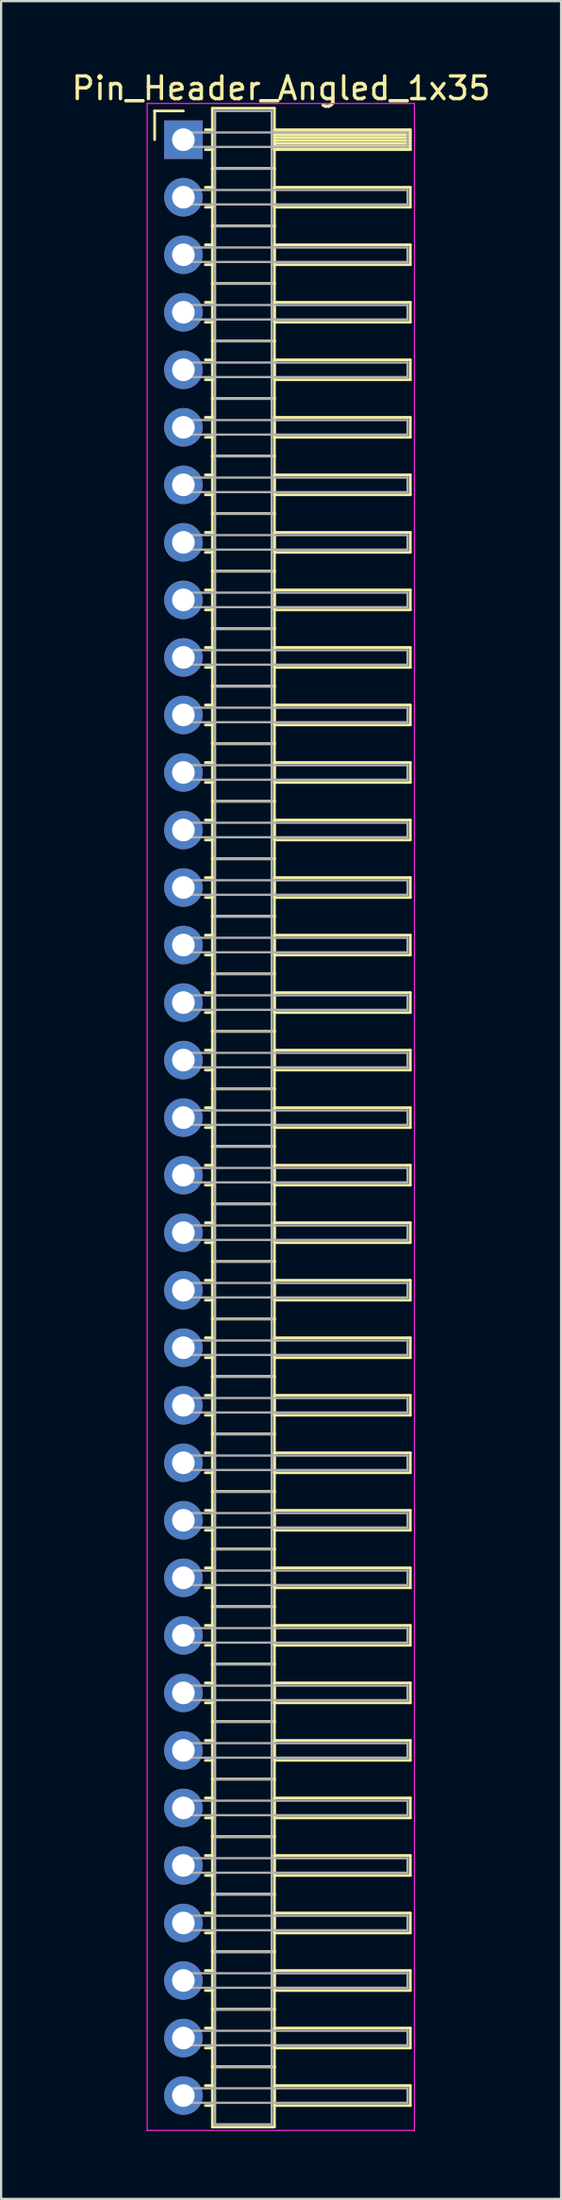
<source format=kicad_pcb>
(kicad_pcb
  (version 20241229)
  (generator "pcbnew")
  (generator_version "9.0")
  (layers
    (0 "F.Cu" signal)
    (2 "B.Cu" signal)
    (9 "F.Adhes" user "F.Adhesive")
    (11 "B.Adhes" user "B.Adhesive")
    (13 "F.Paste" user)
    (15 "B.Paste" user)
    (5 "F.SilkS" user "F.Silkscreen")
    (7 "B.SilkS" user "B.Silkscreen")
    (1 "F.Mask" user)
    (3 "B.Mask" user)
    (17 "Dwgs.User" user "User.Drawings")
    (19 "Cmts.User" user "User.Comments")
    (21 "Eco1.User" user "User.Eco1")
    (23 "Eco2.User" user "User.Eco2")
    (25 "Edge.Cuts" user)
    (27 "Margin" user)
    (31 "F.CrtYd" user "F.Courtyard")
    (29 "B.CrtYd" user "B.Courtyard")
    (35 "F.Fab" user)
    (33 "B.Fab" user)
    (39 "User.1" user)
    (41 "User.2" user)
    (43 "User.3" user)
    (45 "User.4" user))
  (footprint "Pin_Header_Angled_1x35"
    (layer "F.Cu")
    (at 5.048 3.118)
    (property "Reference" "Pin_Header_Angled_1x35" (at 4.315 -2.27 0) (layer "F.SilkS") (effects (font (size 1 1) (thickness 0.15))))
    (attr through_hole)
    (fp_line (start -1.27 -1.27) (end 0 -1.27) (stroke (width 0.12) (type solid)) (layer "F.SilkS"))
    (fp_line (start -1.27 0) (end -1.27 -1.27) (stroke (width 0.12) (type solid)) (layer "F.SilkS"))
    (fp_line (start 0.97 -0.44) (end 1.28 -0.44) (stroke (width 0.12) (type solid)) (layer "F.SilkS"))
    (fp_line (start 0.97 0.44) (end 1.28 0.44) (stroke (width 0.12) (type solid)) (layer "F.SilkS"))
    (fp_line (start 0.97 2.1) (end 1.28 2.1) (stroke (width 0.12) (type solid)) (layer "F.SilkS"))
    (fp_line (start 0.97 2.98) (end 1.28 2.98) (stroke (width 0.12) (type solid)) (layer "F.SilkS"))
    (fp_line (start 0.97 4.64) (end 1.28 4.64) (stroke (width 0.12) (type solid)) (layer "F.SilkS"))
    (fp_line (start 0.97 5.52) (end 1.28 5.52) (stroke (width 0.12) (type solid)) (layer "F.SilkS"))
    (fp_line (start 0.97 7.18) (end 1.28 7.18) (stroke (width 0.12) (type solid)) (layer "F.SilkS"))
    (fp_line (start 0.97 8.06) (end 1.28 8.06) (stroke (width 0.12) (type solid)) (layer "F.SilkS"))
    (fp_line (start 0.97 9.72) (end 1.28 9.72) (stroke (width 0.12) (type solid)) (layer "F.SilkS"))
    (fp_line (start 0.97 10.6) (end 1.28 10.6) (stroke (width 0.12) (type solid)) (layer "F.SilkS"))
    (fp_line (start 0.97 12.26) (end 1.28 12.26) (stroke (width 0.12) (type solid)) (layer "F.SilkS"))
    (fp_line (start 0.97 13.14) (end 1.28 13.14) (stroke (width 0.12) (type solid)) (layer "F.SilkS"))
    (fp_line (start 0.97 14.8) (end 1.28 14.8) (stroke (width 0.12) (type solid)) (layer "F.SilkS"))
    (fp_line (start 0.97 15.68) (end 1.28 15.68) (stroke (width 0.12) (type solid)) (layer "F.SilkS"))
    (fp_line (start 0.97 17.34) (end 1.28 17.34) (stroke (width 0.12) (type solid)) (layer "F.SilkS"))
    (fp_line (start 0.97 18.22) (end 1.28 18.22) (stroke (width 0.12) (type solid)) (layer "F.SilkS"))
    (fp_line (start 0.97 19.88) (end 1.28 19.88) (stroke (width 0.12) (type solid)) (layer "F.SilkS"))
    (fp_line (start 0.97 20.76) (end 1.28 20.76) (stroke (width 0.12) (type solid)) (layer "F.SilkS"))
    (fp_line (start 0.97 22.42) (end 1.28 22.42) (stroke (width 0.12) (type solid)) (layer "F.SilkS"))
    (fp_line (start 0.97 23.3) (end 1.28 23.3) (stroke (width 0.12) (type solid)) (layer "F.SilkS"))
    (fp_line (start 0.97 24.96) (end 1.28 24.96) (stroke (width 0.12) (type solid)) (layer "F.SilkS"))
    (fp_line (start 0.97 25.84) (end 1.28 25.84) (stroke (width 0.12) (type solid)) (layer "F.SilkS"))
    (fp_line (start 0.97 27.5) (end 1.28 27.5) (stroke (width 0.12) (type solid)) (layer "F.SilkS"))
    (fp_line (start 0.97 28.38) (end 1.28 28.38) (stroke (width 0.12) (type solid)) (layer "F.SilkS"))
    (fp_line (start 0.97 30.04) (end 1.28 30.04) (stroke (width 0.12) (type solid)) (layer "F.SilkS"))
    (fp_line (start 0.97 30.92) (end 1.28 30.92) (stroke (width 0.12) (type solid)) (layer "F.SilkS"))
    (fp_line (start 0.97 32.58) (end 1.28 32.58) (stroke (width 0.12) (type solid)) (layer "F.SilkS"))
    (fp_line (start 0.97 33.46) (end 1.28 33.46) (stroke (width 0.12) (type solid)) (layer "F.SilkS"))
    (fp_line (start 0.97 35.12) (end 1.28 35.12) (stroke (width 0.12) (type solid)) (layer "F.SilkS"))
    (fp_line (start 0.97 36) (end 1.28 36) (stroke (width 0.12) (type solid)) (layer "F.SilkS"))
    (fp_line (start 0.97 37.66) (end 1.28 37.66) (stroke (width 0.12) (type solid)) (layer "F.SilkS"))
    (fp_line (start 0.97 38.54) (end 1.28 38.54) (stroke (width 0.12) (type solid)) (layer "F.SilkS"))
    (fp_line (start 0.97 40.2) (end 1.28 40.2) (stroke (width 0.12) (type solid)) (layer "F.SilkS"))
    (fp_line (start 0.97 41.08) (end 1.28 41.08) (stroke (width 0.12) (type solid)) (layer "F.SilkS"))
    (fp_line (start 0.97 42.74) (end 1.28 42.74) (stroke (width 0.12) (type solid)) (layer "F.SilkS"))
    (fp_line (start 0.97 43.62) (end 1.28 43.62) (stroke (width 0.12) (type solid)) (layer "F.SilkS"))
    (fp_line (start 0.97 45.28) (end 1.28 45.28) (stroke (width 0.12) (type solid)) (layer "F.SilkS"))
    (fp_line (start 0.97 46.16) (end 1.28 46.16) (stroke (width 0.12) (type solid)) (layer "F.SilkS"))
    (fp_line (start 0.97 47.82) (end 1.28 47.82) (stroke (width 0.12) (type solid)) (layer "F.SilkS"))
    (fp_line (start 0.97 48.7) (end 1.28 48.7) (stroke (width 0.12) (type solid)) (layer "F.SilkS"))
    (fp_line (start 0.97 50.36) (end 1.28 50.36) (stroke (width 0.12) (type solid)) (layer "F.SilkS"))
    (fp_line (start 0.97 51.24) (end 1.28 51.24) (stroke (width 0.12) (type solid)) (layer "F.SilkS"))
    (fp_line (start 0.97 52.9) (end 1.28 52.9) (stroke (width 0.12) (type solid)) (layer "F.SilkS"))
    (fp_line (start 0.97 53.78) (end 1.28 53.78) (stroke (width 0.12) (type solid)) (layer "F.SilkS"))
    (fp_line (start 0.97 55.44) (end 1.28 55.44) (stroke (width 0.12) (type solid)) (layer "F.SilkS"))
    (fp_line (start 0.97 56.32) (end 1.28 56.32) (stroke (width 0.12) (type solid)) (layer "F.SilkS"))
    (fp_line (start 0.97 57.98) (end 1.28 57.98) (stroke (width 0.12) (type solid)) (layer "F.SilkS"))
    (fp_line (start 0.97 58.86) (end 1.28 58.86) (stroke (width 0.12) (type solid)) (layer "F.SilkS"))
    (fp_line (start 0.97 60.52) (end 1.28 60.52) (stroke (width 0.12) (type solid)) (layer "F.SilkS"))
    (fp_line (start 0.97 61.4) (end 1.28 61.4) (stroke (width 0.12) (type solid)) (layer "F.SilkS"))
    (fp_line (start 0.97 63.06) (end 1.28 63.06) (stroke (width 0.12) (type solid)) (layer "F.SilkS"))
    (fp_line (start 0.97 63.94) (end 1.28 63.94) (stroke (width 0.12) (type solid)) (layer "F.SilkS"))
    (fp_line (start 0.97 65.6) (end 1.28 65.6) (stroke (width 0.12) (type solid)) (layer "F.SilkS"))
    (fp_line (start 0.97 66.48) (end 1.28 66.48) (stroke (width 0.12) (type solid)) (layer "F.SilkS"))
    (fp_line (start 0.97 68.14) (end 1.28 68.14) (stroke (width 0.12) (type solid)) (layer "F.SilkS"))
    (fp_line (start 0.97 69.02) (end 1.28 69.02) (stroke (width 0.12) (type solid)) (layer "F.SilkS"))
    (fp_line (start 0.97 70.68) (end 1.28 70.68) (stroke (width 0.12) (type solid)) (layer "F.SilkS"))
    (fp_line (start 0.97 71.56) (end 1.28 71.56) (stroke (width 0.12) (type solid)) (layer "F.SilkS"))
    (fp_line (start 0.97 73.22) (end 1.28 73.22) (stroke (width 0.12) (type solid)) (layer "F.SilkS"))
    (fp_line (start 0.97 74.1) (end 1.28 74.1) (stroke (width 0.12) (type solid)) (layer "F.SilkS"))
    (fp_line (start 0.97 75.76) (end 1.28 75.76) (stroke (width 0.12) (type solid)) (layer "F.SilkS"))
    (fp_line (start 0.97 76.64) (end 1.28 76.64) (stroke (width 0.12) (type solid)) (layer "F.SilkS"))
    (fp_line (start 0.97 78.3) (end 1.28 78.3) (stroke (width 0.12) (type solid)) (layer "F.SilkS"))
    (fp_line (start 0.97 79.18) (end 1.28 79.18) (stroke (width 0.12) (type solid)) (layer "F.SilkS"))
    (fp_line (start 0.97 80.84) (end 1.28 80.84) (stroke (width 0.12) (type solid)) (layer "F.SilkS"))
    (fp_line (start 0.97 81.72) (end 1.28 81.72) (stroke (width 0.12) (type solid)) (layer "F.SilkS"))
    (fp_line (start 0.97 83.38) (end 1.28 83.38) (stroke (width 0.12) (type solid)) (layer "F.SilkS"))
    (fp_line (start 0.97 84.26) (end 1.28 84.26) (stroke (width 0.12) (type solid)) (layer "F.SilkS"))
    (fp_line (start 0.97 85.92) (end 1.28 85.92) (stroke (width 0.12) (type solid)) (layer "F.SilkS"))
    (fp_line (start 0.97 86.8) (end 1.28 86.8) (stroke (width 0.12) (type solid)) (layer "F.SilkS"))
    (fp_line (start 1.28 -1.39) (end 1.28 1.27) (stroke (width 0.12) (type solid)) (layer "F.SilkS"))
    (fp_line (start 1.28 1.27) (end 1.28 3.81) (stroke (width 0.12) (type solid)) (layer "F.SilkS"))
    (fp_line (start 1.28 1.27) (end 4.02 1.27) (stroke (width 0.12) (type solid)) (layer "F.SilkS"))
    (fp_line (start 1.28 3.81) (end 1.28 6.35) (stroke (width 0.12) (type solid)) (layer "F.SilkS"))
    (fp_line (start 1.28 3.81) (end 4.02 3.81) (stroke (width 0.12) (type solid)) (layer "F.SilkS"))
    (fp_line (start 1.28 6.35) (end 1.28 8.89) (stroke (width 0.12) (type solid)) (layer "F.SilkS"))
    (fp_line (start 1.28 6.35) (end 4.02 6.35) (stroke (width 0.12) (type solid)) (layer "F.SilkS"))
    (fp_line (start 1.28 8.89) (end 1.28 11.43) (stroke (width 0.12) (type solid)) (layer "F.SilkS"))
    (fp_line (start 1.28 8.89) (end 4.02 8.89) (stroke (width 0.12) (type solid)) (layer "F.SilkS"))
    (fp_line (start 1.28 11.43) (end 1.28 13.97) (stroke (width 0.12) (type solid)) (layer "F.SilkS"))
    (fp_line (start 1.28 11.43) (end 4.02 11.43) (stroke (width 0.12) (type solid)) (layer "F.SilkS"))
    (fp_line (start 1.28 13.97) (end 1.28 16.51) (stroke (width 0.12) (type solid)) (layer "F.SilkS"))
    (fp_line (start 1.28 13.97) (end 4.02 13.97) (stroke (width 0.12) (type solid)) (layer "F.SilkS"))
    (fp_line (start 1.28 16.51) (end 1.28 19.05) (stroke (width 0.12) (type solid)) (layer "F.SilkS"))
    (fp_line (start 1.28 16.51) (end 4.02 16.51) (stroke (width 0.12) (type solid)) (layer "F.SilkS"))
    (fp_line (start 1.28 19.05) (end 1.28 21.59) (stroke (width 0.12) (type solid)) (layer "F.SilkS"))
    (fp_line (start 1.28 19.05) (end 4.02 19.05) (stroke (width 0.12) (type solid)) (layer "F.SilkS"))
    (fp_line (start 1.28 21.59) (end 1.28 24.13) (stroke (width 0.12) (type solid)) (layer "F.SilkS"))
    (fp_line (start 1.28 21.59) (end 4.02 21.59) (stroke (width 0.12) (type solid)) (layer "F.SilkS"))
    (fp_line (start 1.28 24.13) (end 1.28 26.67) (stroke (width 0.12) (type solid)) (layer "F.SilkS"))
    (fp_line (start 1.28 24.13) (end 4.02 24.13) (stroke (width 0.12) (type solid)) (layer "F.SilkS"))
    (fp_line (start 1.28 26.67) (end 1.28 29.21) (stroke (width 0.12) (type solid)) (layer "F.SilkS"))
    (fp_line (start 1.28 26.67) (end 4.02 26.67) (stroke (width 0.12) (type solid)) (layer "F.SilkS"))
    (fp_line (start 1.28 29.21) (end 1.28 31.75) (stroke (width 0.12) (type solid)) (layer "F.SilkS"))
    (fp_line (start 1.28 29.21) (end 4.02 29.21) (stroke (width 0.12) (type solid)) (layer "F.SilkS"))
    (fp_line (start 1.28 31.75) (end 1.28 34.29) (stroke (width 0.12) (type solid)) (layer "F.SilkS"))
    (fp_line (start 1.28 31.75) (end 4.02 31.75) (stroke (width 0.12) (type solid)) (layer "F.SilkS"))
    (fp_line (start 1.28 34.29) (end 1.28 36.83) (stroke (width 0.12) (type solid)) (layer "F.SilkS"))
    (fp_line (start 1.28 34.29) (end 4.02 34.29) (stroke (width 0.12) (type solid)) (layer "F.SilkS"))
    (fp_line (start 1.28 36.83) (end 1.28 39.37) (stroke (width 0.12) (type solid)) (layer "F.SilkS"))
    (fp_line (start 1.28 36.83) (end 4.02 36.83) (stroke (width 0.12) (type solid)) (layer "F.SilkS"))
    (fp_line (start 1.28 39.37) (end 1.28 41.91) (stroke (width 0.12) (type solid)) (layer "F.SilkS"))
    (fp_line (start 1.28 39.37) (end 4.02 39.37) (stroke (width 0.12) (type solid)) (layer "F.SilkS"))
    (fp_line (start 1.28 41.91) (end 1.28 44.45) (stroke (width 0.12) (type solid)) (layer "F.SilkS"))
    (fp_line (start 1.28 41.91) (end 4.02 41.91) (stroke (width 0.12) (type solid)) (layer "F.SilkS"))
    (fp_line (start 1.28 44.45) (end 1.28 46.99) (stroke (width 0.12) (type solid)) (layer "F.SilkS"))
    (fp_line (start 1.28 44.45) (end 4.02 44.45) (stroke (width 0.12) (type solid)) (layer "F.SilkS"))
    (fp_line (start 1.28 46.99) (end 1.28 49.53) (stroke (width 0.12) (type solid)) (layer "F.SilkS"))
    (fp_line (start 1.28 46.99) (end 4.02 46.99) (stroke (width 0.12) (type solid)) (layer "F.SilkS"))
    (fp_line (start 1.28 49.53) (end 1.28 52.07) (stroke (width 0.12) (type solid)) (layer "F.SilkS"))
    (fp_line (start 1.28 49.53) (end 4.02 49.53) (stroke (width 0.12) (type solid)) (layer "F.SilkS"))
    (fp_line (start 1.28 52.07) (end 1.28 54.61) (stroke (width 0.12) (type solid)) (layer "F.SilkS"))
    (fp_line (start 1.28 52.07) (end 4.02 52.07) (stroke (width 0.12) (type solid)) (layer "F.SilkS"))
    (fp_line (start 1.28 54.61) (end 1.28 57.15) (stroke (width 0.12) (type solid)) (layer "F.SilkS"))
    (fp_line (start 1.28 54.61) (end 4.02 54.61) (stroke (width 0.12) (type solid)) (layer "F.SilkS"))
    (fp_line (start 1.28 57.15) (end 1.28 59.69) (stroke (width 0.12) (type solid)) (layer "F.SilkS"))
    (fp_line (start 1.28 57.15) (end 4.02 57.15) (stroke (width 0.12) (type solid)) (layer "F.SilkS"))
    (fp_line (start 1.28 59.69) (end 1.28 62.23) (stroke (width 0.12) (type solid)) (layer "F.SilkS"))
    (fp_line (start 1.28 59.69) (end 4.02 59.69) (stroke (width 0.12) (type solid)) (layer "F.SilkS"))
    (fp_line (start 1.28 62.23) (end 1.28 64.77) (stroke (width 0.12) (type solid)) (layer "F.SilkS"))
    (fp_line (start 1.28 62.23) (end 4.02 62.23) (stroke (width 0.12) (type solid)) (layer "F.SilkS"))
    (fp_line (start 1.28 64.77) (end 1.28 67.31) (stroke (width 0.12) (type solid)) (layer "F.SilkS"))
    (fp_line (start 1.28 64.77) (end 4.02 64.77) (stroke (width 0.12) (type solid)) (layer "F.SilkS"))
    (fp_line (start 1.28 67.31) (end 1.28 69.85) (stroke (width 0.12) (type solid)) (layer "F.SilkS"))
    (fp_line (start 1.28 67.31) (end 4.02 67.31) (stroke (width 0.12) (type solid)) (layer "F.SilkS"))
    (fp_line (start 1.28 69.85) (end 1.28 72.39) (stroke (width 0.12) (type solid)) (layer "F.SilkS"))
    (fp_line (start 1.28 69.85) (end 4.02 69.85) (stroke (width 0.12) (type solid)) (layer "F.SilkS"))
    (fp_line (start 1.28 72.39) (end 1.28 74.93) (stroke (width 0.12) (type solid)) (layer "F.SilkS"))
    (fp_line (start 1.28 72.39) (end 4.02 72.39) (stroke (width 0.12) (type solid)) (layer "F.SilkS"))
    (fp_line (start 1.28 74.93) (end 1.28 77.47) (stroke (width 0.12) (type solid)) (layer "F.SilkS"))
    (fp_line (start 1.28 74.93) (end 4.02 74.93) (stroke (width 0.12) (type solid)) (layer "F.SilkS"))
    (fp_line (start 1.28 77.47) (end 1.28 80.01) (stroke (width 0.12) (type solid)) (layer "F.SilkS"))
    (fp_line (start 1.28 77.47) (end 4.02 77.47) (stroke (width 0.12) (type solid)) (layer "F.SilkS"))
    (fp_line (start 1.28 80.01) (end 1.28 82.55) (stroke (width 0.12) (type solid)) (layer "F.SilkS"))
    (fp_line (start 1.28 80.01) (end 4.02 80.01) (stroke (width 0.12) (type solid)) (layer "F.SilkS"))
    (fp_line (start 1.28 82.55) (end 1.28 85.09) (stroke (width 0.12) (type solid)) (layer "F.SilkS"))
    (fp_line (start 1.28 82.55) (end 4.02 82.55) (stroke (width 0.12) (type solid)) (layer "F.SilkS"))
    (fp_line (start 1.28 85.09) (end 1.28 87.75) (stroke (width 0.12) (type solid)) (layer "F.SilkS"))
    (fp_line (start 1.28 85.09) (end 4.02 85.09) (stroke (width 0.12) (type solid)) (layer "F.SilkS"))
    (fp_line (start 1.28 87.75) (end 4.02 87.75) (stroke (width 0.12) (type solid)) (layer "F.SilkS"))
    (fp_line (start 4.02 -1.39) (end 1.28 -1.39) (stroke (width 0.12) (type solid)) (layer "F.SilkS"))
    (fp_line (start 4.02 -0.44) (end 4.02 0.44) (stroke (width 0.12) (type solid)) (layer "F.SilkS"))
    (fp_line (start 4.02 -0.32) (end 10.02 -0.32) (stroke (width 0.12) (type solid)) (layer "F.SilkS"))
    (fp_line (start 4.02 -0.2) (end 10.02 -0.2) (stroke (width 0.12) (type solid)) (layer "F.SilkS"))
    (fp_line (start 4.02 -0.08) (end 10.02 -0.08) (stroke (width 0.12) (type solid)) (layer "F.SilkS"))
    (fp_line (start 4.02 0.04) (end 10.02 0.04) (stroke (width 0.12) (type solid)) (layer "F.SilkS"))
    (fp_line (start 4.02 0.16) (end 10.02 0.16) (stroke (width 0.12) (type solid)) (layer "F.SilkS"))
    (fp_line (start 4.02 0.28) (end 10.02 0.28) (stroke (width 0.12) (type solid)) (layer "F.SilkS"))
    (fp_line (start 4.02 0.4) (end 10.02 0.4) (stroke (width 0.12) (type solid)) (layer "F.SilkS"))
    (fp_line (start 4.02 0.44) (end 10.02 0.44) (stroke (width 0.12) (type solid)) (layer "F.SilkS"))
    (fp_line (start 4.02 1.27) (end 1.28 1.27) (stroke (width 0.12) (type solid)) (layer "F.SilkS"))
    (fp_line (start 4.02 1.27) (end 4.02 -1.39) (stroke (width 0.12) (type solid)) (layer "F.SilkS"))
    (fp_line (start 4.02 2.1) (end 4.02 2.98) (stroke (width 0.12) (type solid)) (layer "F.SilkS"))
    (fp_line (start 4.02 2.98) (end 10.02 2.98) (stroke (width 0.12) (type solid)) (layer "F.SilkS"))
    (fp_line (start 4.02 3.81) (end 1.28 3.81) (stroke (width 0.12) (type solid)) (layer "F.SilkS"))
    (fp_line (start 4.02 3.81) (end 4.02 1.27) (stroke (width 0.12) (type solid)) (layer "F.SilkS"))
    (fp_line (start 4.02 4.64) (end 4.02 5.52) (stroke (width 0.12) (type solid)) (layer "F.SilkS"))
    (fp_line (start 4.02 5.52) (end 10.02 5.52) (stroke (width 0.12) (type solid)) (layer "F.SilkS"))
    (fp_line (start 4.02 6.35) (end 1.28 6.35) (stroke (width 0.12) (type solid)) (layer "F.SilkS"))
    (fp_line (start 4.02 6.35) (end 4.02 3.81) (stroke (width 0.12) (type solid)) (layer "F.SilkS"))
    (fp_line (start 4.02 7.18) (end 4.02 8.06) (stroke (width 0.12) (type solid)) (layer "F.SilkS"))
    (fp_line (start 4.02 8.06) (end 10.02 8.06) (stroke (width 0.12) (type solid)) (layer "F.SilkS"))
    (fp_line (start 4.02 8.89) (end 1.28 8.89) (stroke (width 0.12) (type solid)) (layer "F.SilkS"))
    (fp_line (start 4.02 8.89) (end 4.02 6.35) (stroke (width 0.12) (type solid)) (layer "F.SilkS"))
    (fp_line (start 4.02 9.72) (end 4.02 10.6) (stroke (width 0.12) (type solid)) (layer "F.SilkS"))
    (fp_line (start 4.02 10.6) (end 10.02 10.6) (stroke (width 0.12) (type solid)) (layer "F.SilkS"))
    (fp_line (start 4.02 11.43) (end 1.28 11.43) (stroke (width 0.12) (type solid)) (layer "F.SilkS"))
    (fp_line (start 4.02 11.43) (end 4.02 8.89) (stroke (width 0.12) (type solid)) (layer "F.SilkS"))
    (fp_line (start 4.02 12.26) (end 4.02 13.14) (stroke (width 0.12) (type solid)) (layer "F.SilkS"))
    (fp_line (start 4.02 13.14) (end 10.02 13.14) (stroke (width 0.12) (type solid)) (layer "F.SilkS"))
    (fp_line (start 4.02 13.97) (end 1.28 13.97) (stroke (width 0.12) (type solid)) (layer "F.SilkS"))
    (fp_line (start 4.02 13.97) (end 4.02 11.43) (stroke (width 0.12) (type solid)) (layer "F.SilkS"))
    (fp_line (start 4.02 14.8) (end 4.02 15.68) (stroke (width 0.12) (type solid)) (layer "F.SilkS"))
    (fp_line (start 4.02 15.68) (end 10.02 15.68) (stroke (width 0.12) (type solid)) (layer "F.SilkS"))
    (fp_line (start 4.02 16.51) (end 1.28 16.51) (stroke (width 0.12) (type solid)) (layer "F.SilkS"))
    (fp_line (start 4.02 16.51) (end 4.02 13.97) (stroke (width 0.12) (type solid)) (layer "F.SilkS"))
    (fp_line (start 4.02 17.34) (end 4.02 18.22) (stroke (width 0.12) (type solid)) (layer "F.SilkS"))
    (fp_line (start 4.02 18.22) (end 10.02 18.22) (stroke (width 0.12) (type solid)) (layer "F.SilkS"))
    (fp_line (start 4.02 19.05) (end 1.28 19.05) (stroke (width 0.12) (type solid)) (layer "F.SilkS"))
    (fp_line (start 4.02 19.05) (end 4.02 16.51) (stroke (width 0.12) (type solid)) (layer "F.SilkS"))
    (fp_line (start 4.02 19.88) (end 4.02 20.76) (stroke (width 0.12) (type solid)) (layer "F.SilkS"))
    (fp_line (start 4.02 20.76) (end 10.02 20.76) (stroke (width 0.12) (type solid)) (layer "F.SilkS"))
    (fp_line (start 4.02 21.59) (end 1.28 21.59) (stroke (width 0.12) (type solid)) (layer "F.SilkS"))
    (fp_line (start 4.02 21.59) (end 4.02 19.05) (stroke (width 0.12) (type solid)) (layer "F.SilkS"))
    (fp_line (start 4.02 22.42) (end 4.02 23.3) (stroke (width 0.12) (type solid)) (layer "F.SilkS"))
    (fp_line (start 4.02 23.3) (end 10.02 23.3) (stroke (width 0.12) (type solid)) (layer "F.SilkS"))
    (fp_line (start 4.02 24.13) (end 1.28 24.13) (stroke (width 0.12) (type solid)) (layer "F.SilkS"))
    (fp_line (start 4.02 24.13) (end 4.02 21.59) (stroke (width 0.12) (type solid)) (layer "F.SilkS"))
    (fp_line (start 4.02 24.96) (end 4.02 25.84) (stroke (width 0.12) (type solid)) (layer "F.SilkS"))
    (fp_line (start 4.02 25.84) (end 10.02 25.84) (stroke (width 0.12) (type solid)) (layer "F.SilkS"))
    (fp_line (start 4.02 26.67) (end 1.28 26.67) (stroke (width 0.12) (type solid)) (layer "F.SilkS"))
    (fp_line (start 4.02 26.67) (end 4.02 24.13) (stroke (width 0.12) (type solid)) (layer "F.SilkS"))
    (fp_line (start 4.02 27.5) (end 4.02 28.38) (stroke (width 0.12) (type solid)) (layer "F.SilkS"))
    (fp_line (start 4.02 28.38) (end 10.02 28.38) (stroke (width 0.12) (type solid)) (layer "F.SilkS"))
    (fp_line (start 4.02 29.21) (end 1.28 29.21) (stroke (width 0.12) (type solid)) (layer "F.SilkS"))
    (fp_line (start 4.02 29.21) (end 4.02 26.67) (stroke (width 0.12) (type solid)) (layer "F.SilkS"))
    (fp_line (start 4.02 30.04) (end 4.02 30.92) (stroke (width 0.12) (type solid)) (layer "F.SilkS"))
    (fp_line (start 4.02 30.92) (end 10.02 30.92) (stroke (width 0.12) (type solid)) (layer "F.SilkS"))
    (fp_line (start 4.02 31.75) (end 1.28 31.75) (stroke (width 0.12) (type solid)) (layer "F.SilkS"))
    (fp_line (start 4.02 31.75) (end 4.02 29.21) (stroke (width 0.12) (type solid)) (layer "F.SilkS"))
    (fp_line (start 4.02 32.58) (end 4.02 33.46) (stroke (width 0.12) (type solid)) (layer "F.SilkS"))
    (fp_line (start 4.02 33.46) (end 10.02 33.46) (stroke (width 0.12) (type solid)) (layer "F.SilkS"))
    (fp_line (start 4.02 34.29) (end 1.28 34.29) (stroke (width 0.12) (type solid)) (layer "F.SilkS"))
    (fp_line (start 4.02 34.29) (end 4.02 31.75) (stroke (width 0.12) (type solid)) (layer "F.SilkS"))
    (fp_line (start 4.02 35.12) (end 4.02 36) (stroke (width 0.12) (type solid)) (layer "F.SilkS"))
    (fp_line (start 4.02 36) (end 10.02 36) (stroke (width 0.12) (type solid)) (layer "F.SilkS"))
    (fp_line (start 4.02 36.83) (end 1.28 36.83) (stroke (width 0.12) (type solid)) (layer "F.SilkS"))
    (fp_line (start 4.02 36.83) (end 4.02 34.29) (stroke (width 0.12) (type solid)) (layer "F.SilkS"))
    (fp_line (start 4.02 37.66) (end 4.02 38.54) (stroke (width 0.12) (type solid)) (layer "F.SilkS"))
    (fp_line (start 4.02 38.54) (end 10.02 38.54) (stroke (width 0.12) (type solid)) (layer "F.SilkS"))
    (fp_line (start 4.02 39.37) (end 1.28 39.37) (stroke (width 0.12) (type solid)) (layer "F.SilkS"))
    (fp_line (start 4.02 39.37) (end 4.02 36.83) (stroke (width 0.12) (type solid)) (layer "F.SilkS"))
    (fp_line (start 4.02 40.2) (end 4.02 41.08) (stroke (width 0.12) (type solid)) (layer "F.SilkS"))
    (fp_line (start 4.02 41.08) (end 10.02 41.08) (stroke (width 0.12) (type solid)) (layer "F.SilkS"))
    (fp_line (start 4.02 41.91) (end 1.28 41.91) (stroke (width 0.12) (type solid)) (layer "F.SilkS"))
    (fp_line (start 4.02 41.91) (end 4.02 39.37) (stroke (width 0.12) (type solid)) (layer "F.SilkS"))
    (fp_line (start 4.02 42.74) (end 4.02 43.62) (stroke (width 0.12) (type solid)) (layer "F.SilkS"))
    (fp_line (start 4.02 43.62) (end 10.02 43.62) (stroke (width 0.12) (type solid)) (layer "F.SilkS"))
    (fp_line (start 4.02 44.45) (end 1.28 44.45) (stroke (width 0.12) (type solid)) (layer "F.SilkS"))
    (fp_line (start 4.02 44.45) (end 4.02 41.91) (stroke (width 0.12) (type solid)) (layer "F.SilkS"))
    (fp_line (start 4.02 45.28) (end 4.02 46.16) (stroke (width 0.12) (type solid)) (layer "F.SilkS"))
    (fp_line (start 4.02 46.16) (end 10.02 46.16) (stroke (width 0.12) (type solid)) (layer "F.SilkS"))
    (fp_line (start 4.02 46.99) (end 1.28 46.99) (stroke (width 0.12) (type solid)) (layer "F.SilkS"))
    (fp_line (start 4.02 46.99) (end 4.02 44.45) (stroke (width 0.12) (type solid)) (layer "F.SilkS"))
    (fp_line (start 4.02 47.82) (end 4.02 48.7) (stroke (width 0.12) (type solid)) (layer "F.SilkS"))
    (fp_line (start 4.02 48.7) (end 10.02 48.7) (stroke (width 0.12) (type solid)) (layer "F.SilkS"))
    (fp_line (start 4.02 49.53) (end 1.28 49.53) (stroke (width 0.12) (type solid)) (layer "F.SilkS"))
    (fp_line (start 4.02 49.53) (end 4.02 46.99) (stroke (width 0.12) (type solid)) (layer "F.SilkS"))
    (fp_line (start 4.02 50.36) (end 4.02 51.24) (stroke (width 0.12) (type solid)) (layer "F.SilkS"))
    (fp_line (start 4.02 51.24) (end 10.02 51.24) (stroke (width 0.12) (type solid)) (layer "F.SilkS"))
    (fp_line (start 4.02 52.07) (end 1.28 52.07) (stroke (width 0.12) (type solid)) (layer "F.SilkS"))
    (fp_line (start 4.02 52.07) (end 4.02 49.53) (stroke (width 0.12) (type solid)) (layer "F.SilkS"))
    (fp_line (start 4.02 52.9) (end 4.02 53.78) (stroke (width 0.12) (type solid)) (layer "F.SilkS"))
    (fp_line (start 4.02 53.78) (end 10.02 53.78) (stroke (width 0.12) (type solid)) (layer "F.SilkS"))
    (fp_line (start 4.02 54.61) (end 1.28 54.61) (stroke (width 0.12) (type solid)) (layer "F.SilkS"))
    (fp_line (start 4.02 54.61) (end 4.02 52.07) (stroke (width 0.12) (type solid)) (layer "F.SilkS"))
    (fp_line (start 4.02 55.44) (end 4.02 56.32) (stroke (width 0.12) (type solid)) (layer "F.SilkS"))
    (fp_line (start 4.02 56.32) (end 10.02 56.32) (stroke (width 0.12) (type solid)) (layer "F.SilkS"))
    (fp_line (start 4.02 57.15) (end 1.28 57.15) (stroke (width 0.12) (type solid)) (layer "F.SilkS"))
    (fp_line (start 4.02 57.15) (end 4.02 54.61) (stroke (width 0.12) (type solid)) (layer "F.SilkS"))
    (fp_line (start 4.02 57.98) (end 4.02 58.86) (stroke (width 0.12) (type solid)) (layer "F.SilkS"))
    (fp_line (start 4.02 58.86) (end 10.02 58.86) (stroke (width 0.12) (type solid)) (layer "F.SilkS"))
    (fp_line (start 4.02 59.69) (end 1.28 59.69) (stroke (width 0.12) (type solid)) (layer "F.SilkS"))
    (fp_line (start 4.02 59.69) (end 4.02 57.15) (stroke (width 0.12) (type solid)) (layer "F.SilkS"))
    (fp_line (start 4.02 60.52) (end 4.02 61.4) (stroke (width 0.12) (type solid)) (layer "F.SilkS"))
    (fp_line (start 4.02 61.4) (end 10.02 61.4) (stroke (width 0.12) (type solid)) (layer "F.SilkS"))
    (fp_line (start 4.02 62.23) (end 1.28 62.23) (stroke (width 0.12) (type solid)) (layer "F.SilkS"))
    (fp_line (start 4.02 62.23) (end 4.02 59.69) (stroke (width 0.12) (type solid)) (layer "F.SilkS"))
    (fp_line (start 4.02 63.06) (end 4.02 63.94) (stroke (width 0.12) (type solid)) (layer "F.SilkS"))
    (fp_line (start 4.02 63.94) (end 10.02 63.94) (stroke (width 0.12) (type solid)) (layer "F.SilkS"))
    (fp_line (start 4.02 64.77) (end 1.28 64.77) (stroke (width 0.12) (type solid)) (layer "F.SilkS"))
    (fp_line (start 4.02 64.77) (end 4.02 62.23) (stroke (width 0.12) (type solid)) (layer "F.SilkS"))
    (fp_line (start 4.02 65.6) (end 4.02 66.48) (stroke (width 0.12) (type solid)) (layer "F.SilkS"))
    (fp_line (start 4.02 66.48) (end 10.02 66.48) (stroke (width 0.12) (type solid)) (layer "F.SilkS"))
    (fp_line (start 4.02 67.31) (end 1.28 67.31) (stroke (width 0.12) (type solid)) (layer "F.SilkS"))
    (fp_line (start 4.02 67.31) (end 4.02 64.77) (stroke (width 0.12) (type solid)) (layer "F.SilkS"))
    (fp_line (start 4.02 68.14) (end 4.02 69.02) (stroke (width 0.12) (type solid)) (layer "F.SilkS"))
    (fp_line (start 4.02 69.02) (end 10.02 69.02) (stroke (width 0.12) (type solid)) (layer "F.SilkS"))
    (fp_line (start 4.02 69.85) (end 1.28 69.85) (stroke (width 0.12) (type solid)) (layer "F.SilkS"))
    (fp_line (start 4.02 69.85) (end 4.02 67.31) (stroke (width 0.12) (type solid)) (layer "F.SilkS"))
    (fp_line (start 4.02 70.68) (end 4.02 71.56) (stroke (width 0.12) (type solid)) (layer "F.SilkS"))
    (fp_line (start 4.02 71.56) (end 10.02 71.56) (stroke (width 0.12) (type solid)) (layer "F.SilkS"))
    (fp_line (start 4.02 72.39) (end 1.28 72.39) (stroke (width 0.12) (type solid)) (layer "F.SilkS"))
    (fp_line (start 4.02 72.39) (end 4.02 69.85) (stroke (width 0.12) (type solid)) (layer "F.SilkS"))
    (fp_line (start 4.02 73.22) (end 4.02 74.1) (stroke (width 0.12) (type solid)) (layer "F.SilkS"))
    (fp_line (start 4.02 74.1) (end 10.02 74.1) (stroke (width 0.12) (type solid)) (layer "F.SilkS"))
    (fp_line (start 4.02 74.93) (end 1.28 74.93) (stroke (width 0.12) (type solid)) (layer "F.SilkS"))
    (fp_line (start 4.02 74.93) (end 4.02 72.39) (stroke (width 0.12) (type solid)) (layer "F.SilkS"))
    (fp_line (start 4.02 75.76) (end 4.02 76.64) (stroke (width 0.12) (type solid)) (layer "F.SilkS"))
    (fp_line (start 4.02 76.64) (end 10.02 76.64) (stroke (width 0.12) (type solid)) (layer "F.SilkS"))
    (fp_line (start 4.02 77.47) (end 1.28 77.47) (stroke (width 0.12) (type solid)) (layer "F.SilkS"))
    (fp_line (start 4.02 77.47) (end 4.02 74.93) (stroke (width 0.12) (type solid)) (layer "F.SilkS"))
    (fp_line (start 4.02 78.3) (end 4.02 79.18) (stroke (width 0.12) (type solid)) (layer "F.SilkS"))
    (fp_line (start 4.02 79.18) (end 10.02 79.18) (stroke (width 0.12) (type solid)) (layer "F.SilkS"))
    (fp_line (start 4.02 80.01) (end 1.28 80.01) (stroke (width 0.12) (type solid)) (layer "F.SilkS"))
    (fp_line (start 4.02 80.01) (end 4.02 77.47) (stroke (width 0.12) (type solid)) (layer "F.SilkS"))
    (fp_line (start 4.02 80.84) (end 4.02 81.72) (stroke (width 0.12) (type solid)) (layer "F.SilkS"))
    (fp_line (start 4.02 81.72) (end 10.02 81.72) (stroke (width 0.12) (type solid)) (layer "F.SilkS"))
    (fp_line (start 4.02 82.55) (end 1.28 82.55) (stroke (width 0.12) (type solid)) (layer "F.SilkS"))
    (fp_line (start 4.02 82.55) (end 4.02 80.01) (stroke (width 0.12) (type solid)) (layer "F.SilkS"))
    (fp_line (start 4.02 83.38) (end 4.02 84.26) (stroke (width 0.12) (type solid)) (layer "F.SilkS"))
    (fp_line (start 4.02 84.26) (end 10.02 84.26) (stroke (width 0.12) (type solid)) (layer "F.SilkS"))
    (fp_line (start 4.02 85.09) (end 1.28 85.09) (stroke (width 0.12) (type solid)) (layer "F.SilkS"))
    (fp_line (start 4.02 85.09) (end 4.02 82.55) (stroke (width 0.12) (type solid)) (layer "F.SilkS"))
    (fp_line (start 4.02 85.92) (end 4.02 86.8) (stroke (width 0.12) (type solid)) (layer "F.SilkS"))
    (fp_line (start 4.02 86.8) (end 10.02 86.8) (stroke (width 0.12) (type solid)) (layer "F.SilkS"))
    (fp_line (start 4.02 87.75) (end 4.02 85.09) (stroke (width 0.12) (type solid)) (layer "F.SilkS"))
    (fp_line (start 10.02 -0.44) (end 4.02 -0.44) (stroke (width 0.12) (type solid)) (layer "F.SilkS"))
    (fp_line (start 10.02 0.44) (end 10.02 -0.44) (stroke (width 0.12) (type solid)) (layer "F.SilkS"))
    (fp_line (start 10.02 2.1) (end 4.02 2.1) (stroke (width 0.12) (type solid)) (layer "F.SilkS"))
    (fp_line (start 10.02 2.98) (end 10.02 2.1) (stroke (width 0.12) (type solid)) (layer "F.SilkS"))
    (fp_line (start 10.02 4.64) (end 4.02 4.64) (stroke (width 0.12) (type solid)) (layer "F.SilkS"))
    (fp_line (start 10.02 5.52) (end 10.02 4.64) (stroke (width 0.12) (type solid)) (layer "F.SilkS"))
    (fp_line (start 10.02 7.18) (end 4.02 7.18) (stroke (width 0.12) (type solid)) (layer "F.SilkS"))
    (fp_line (start 10.02 8.06) (end 10.02 7.18) (stroke (width 0.12) (type solid)) (layer "F.SilkS"))
    (fp_line (start 10.02 9.72) (end 4.02 9.72) (stroke (width 0.12) (type solid)) (layer "F.SilkS"))
    (fp_line (start 10.02 10.6) (end 10.02 9.72) (stroke (width 0.12) (type solid)) (layer "F.SilkS"))
    (fp_line (start 10.02 12.26) (end 4.02 12.26) (stroke (width 0.12) (type solid)) (layer "F.SilkS"))
    (fp_line (start 10.02 13.14) (end 10.02 12.26) (stroke (width 0.12) (type solid)) (layer "F.SilkS"))
    (fp_line (start 10.02 14.8) (end 4.02 14.8) (stroke (width 0.12) (type solid)) (layer "F.SilkS"))
    (fp_line (start 10.02 15.68) (end 10.02 14.8) (stroke (width 0.12) (type solid)) (layer "F.SilkS"))
    (fp_line (start 10.02 17.34) (end 4.02 17.34) (stroke (width 0.12) (type solid)) (layer "F.SilkS"))
    (fp_line (start 10.02 18.22) (end 10.02 17.34) (stroke (width 0.12) (type solid)) (layer "F.SilkS"))
    (fp_line (start 10.02 19.88) (end 4.02 19.88) (stroke (width 0.12) (type solid)) (layer "F.SilkS"))
    (fp_line (start 10.02 20.76) (end 10.02 19.88) (stroke (width 0.12) (type solid)) (layer "F.SilkS"))
    (fp_line (start 10.02 22.42) (end 4.02 22.42) (stroke (width 0.12) (type solid)) (layer "F.SilkS"))
    (fp_line (start 10.02 23.3) (end 10.02 22.42) (stroke (width 0.12) (type solid)) (layer "F.SilkS"))
    (fp_line (start 10.02 24.96) (end 4.02 24.96) (stroke (width 0.12) (type solid)) (layer "F.SilkS"))
    (fp_line (start 10.02 25.84) (end 10.02 24.96) (stroke (width 0.12) (type solid)) (layer "F.SilkS"))
    (fp_line (start 10.02 27.5) (end 4.02 27.5) (stroke (width 0.12) (type solid)) (layer "F.SilkS"))
    (fp_line (start 10.02 28.38) (end 10.02 27.5) (stroke (width 0.12) (type solid)) (layer "F.SilkS"))
    (fp_line (start 10.02 30.04) (end 4.02 30.04) (stroke (width 0.12) (type solid)) (layer "F.SilkS"))
    (fp_line (start 10.02 30.92) (end 10.02 30.04) (stroke (width 0.12) (type solid)) (layer "F.SilkS"))
    (fp_line (start 10.02 32.58) (end 4.02 32.58) (stroke (width 0.12) (type solid)) (layer "F.SilkS"))
    (fp_line (start 10.02 33.46) (end 10.02 32.58) (stroke (width 0.12) (type solid)) (layer "F.SilkS"))
    (fp_line (start 10.02 35.12) (end 4.02 35.12) (stroke (width 0.12) (type solid)) (layer "F.SilkS"))
    (fp_line (start 10.02 36) (end 10.02 35.12) (stroke (width 0.12) (type solid)) (layer "F.SilkS"))
    (fp_line (start 10.02 37.66) (end 4.02 37.66) (stroke (width 0.12) (type solid)) (layer "F.SilkS"))
    (fp_line (start 10.02 38.54) (end 10.02 37.66) (stroke (width 0.12) (type solid)) (layer "F.SilkS"))
    (fp_line (start 10.02 40.2) (end 4.02 40.2) (stroke (width 0.12) (type solid)) (layer "F.SilkS"))
    (fp_line (start 10.02 41.08) (end 10.02 40.2) (stroke (width 0.12) (type solid)) (layer "F.SilkS"))
    (fp_line (start 10.02 42.74) (end 4.02 42.74) (stroke (width 0.12) (type solid)) (layer "F.SilkS"))
    (fp_line (start 10.02 43.62) (end 10.02 42.74) (stroke (width 0.12) (type solid)) (layer "F.SilkS"))
    (fp_line (start 10.02 45.28) (end 4.02 45.28) (stroke (width 0.12) (type solid)) (layer "F.SilkS"))
    (fp_line (start 10.02 46.16) (end 10.02 45.28) (stroke (width 0.12) (type solid)) (layer "F.SilkS"))
    (fp_line (start 10.02 47.82) (end 4.02 47.82) (stroke (width 0.12) (type solid)) (layer "F.SilkS"))
    (fp_line (start 10.02 48.7) (end 10.02 47.82) (stroke (width 0.12) (type solid)) (layer "F.SilkS"))
    (fp_line (start 10.02 50.36) (end 4.02 50.36) (stroke (width 0.12) (type solid)) (layer "F.SilkS"))
    (fp_line (start 10.02 51.24) (end 10.02 50.36) (stroke (width 0.12) (type solid)) (layer "F.SilkS"))
    (fp_line (start 10.02 52.9) (end 4.02 52.9) (stroke (width 0.12) (type solid)) (layer "F.SilkS"))
    (fp_line (start 10.02 53.78) (end 10.02 52.9) (stroke (width 0.12) (type solid)) (layer "F.SilkS"))
    (fp_line (start 10.02 55.44) (end 4.02 55.44) (stroke (width 0.12) (type solid)) (layer "F.SilkS"))
    (fp_line (start 10.02 56.32) (end 10.02 55.44) (stroke (width 0.12) (type solid)) (layer "F.SilkS"))
    (fp_line (start 10.02 57.98) (end 4.02 57.98) (stroke (width 0.12) (type solid)) (layer "F.SilkS"))
    (fp_line (start 10.02 58.86) (end 10.02 57.98) (stroke (width 0.12) (type solid)) (layer "F.SilkS"))
    (fp_line (start 10.02 60.52) (end 4.02 60.52) (stroke (width 0.12) (type solid)) (layer "F.SilkS"))
    (fp_line (start 10.02 61.4) (end 10.02 60.52) (stroke (width 0.12) (type solid)) (layer "F.SilkS"))
    (fp_line (start 10.02 63.06) (end 4.02 63.06) (stroke (width 0.12) (type solid)) (layer "F.SilkS"))
    (fp_line (start 10.02 63.94) (end 10.02 63.06) (stroke (width 0.12) (type solid)) (layer "F.SilkS"))
    (fp_line (start 10.02 65.6) (end 4.02 65.6) (stroke (width 0.12) (type solid)) (layer "F.SilkS"))
    (fp_line (start 10.02 66.48) (end 10.02 65.6) (stroke (width 0.12) (type solid)) (layer "F.SilkS"))
    (fp_line (start 10.02 68.14) (end 4.02 68.14) (stroke (width 0.12) (type solid)) (layer "F.SilkS"))
    (fp_line (start 10.02 69.02) (end 10.02 68.14) (stroke (width 0.12) (type solid)) (layer "F.SilkS"))
    (fp_line (start 10.02 70.68) (end 4.02 70.68) (stroke (width 0.12) (type solid)) (layer "F.SilkS"))
    (fp_line (start 10.02 71.56) (end 10.02 70.68) (stroke (width 0.12) (type solid)) (layer "F.SilkS"))
    (fp_line (start 10.02 73.22) (end 4.02 73.22) (stroke (width 0.12) (type solid)) (layer "F.SilkS"))
    (fp_line (start 10.02 74.1) (end 10.02 73.22) (stroke (width 0.12) (type solid)) (layer "F.SilkS"))
    (fp_line (start 10.02 75.76) (end 4.02 75.76) (stroke (width 0.12) (type solid)) (layer "F.SilkS"))
    (fp_line (start 10.02 76.64) (end 10.02 75.76) (stroke (width 0.12) (type solid)) (layer "F.SilkS"))
    (fp_line (start 10.02 78.3) (end 4.02 78.3) (stroke (width 0.12) (type solid)) (layer "F.SilkS"))
    (fp_line (start 10.02 79.18) (end 10.02 78.3) (stroke (width 0.12) (type solid)) (layer "F.SilkS"))
    (fp_line (start 10.02 80.84) (end 4.02 80.84) (stroke (width 0.12) (type solid)) (layer "F.SilkS"))
    (fp_line (start 10.02 81.72) (end 10.02 80.84) (stroke (width 0.12) (type solid)) (layer "F.SilkS"))
    (fp_line (start 10.02 83.38) (end 4.02 83.38) (stroke (width 0.12) (type solid)) (layer "F.SilkS"))
    (fp_line (start 10.02 84.26) (end 10.02 83.38) (stroke (width 0.12) (type solid)) (layer "F.SilkS"))
    (fp_line (start 10.02 85.92) (end 4.02 85.92) (stroke (width 0.12) (type solid)) (layer "F.SilkS"))
    (fp_line (start 10.02 86.8) (end 10.02 85.92) (stroke (width 0.12) (type solid)) (layer "F.SilkS"))
    (fp_line (start -1.6 -1.6) (end -1.6 87.9) (stroke (width 0.05) (type solid)) (layer "F.CrtYd"))
    (fp_line (start -1.6 87.9) (end 10.2 87.9) (stroke (width 0.05) (type solid)) (layer "F.CrtYd"))
    (fp_line (start 10.2 -1.6) (end -1.6 -1.6) (stroke (width 0.05) (type solid)) (layer "F.CrtYd"))
    (fp_line (start 10.2 87.9) (end 10.2 -1.6) (stroke (width 0.05) (type solid)) (layer "F.CrtYd"))
    (fp_line (start 0 -0.32) (end 0 0.32) (stroke (width 0.1) (type solid)) (layer "F.Fab"))
    (fp_line (start 0 0.32) (end 9.9 0.32) (stroke (width 0.1) (type solid)) (layer "F.Fab"))
    (fp_line (start 0 2.22) (end 0 2.86) (stroke (width 0.1) (type solid)) (layer "F.Fab"))
    (fp_line (start 0 2.86) (end 9.9 2.86) (stroke (width 0.1) (type solid)) (layer "F.Fab"))
    (fp_line (start 0 4.76) (end 0 5.4) (stroke (width 0.1) (type solid)) (layer "F.Fab"))
    (fp_line (start 0 5.4) (end 9.9 5.4) (stroke (width 0.1) (type solid)) (layer "F.Fab"))
    (fp_line (start 0 7.3) (end 0 7.94) (stroke (width 0.1) (type solid)) (layer "F.Fab"))
    (fp_line (start 0 7.94) (end 9.9 7.94) (stroke (width 0.1) (type solid)) (layer "F.Fab"))
    (fp_line (start 0 9.84) (end 0 10.48) (stroke (width 0.1) (type solid)) (layer "F.Fab"))
    (fp_line (start 0 10.48) (end 9.9 10.48) (stroke (width 0.1) (type solid)) (layer "F.Fab"))
    (fp_line (start 0 12.38) (end 0 13.02) (stroke (width 0.1) (type solid)) (layer "F.Fab"))
    (fp_line (start 0 13.02) (end 9.9 13.02) (stroke (width 0.1) (type solid)) (layer "F.Fab"))
    (fp_line (start 0 14.92) (end 0 15.56) (stroke (width 0.1) (type solid)) (layer "F.Fab"))
    (fp_line (start 0 15.56) (end 9.9 15.56) (stroke (width 0.1) (type solid)) (layer "F.Fab"))
    (fp_line (start 0 17.46) (end 0 18.1) (stroke (width 0.1) (type solid)) (layer "F.Fab"))
    (fp_line (start 0 18.1) (end 9.9 18.1) (stroke (width 0.1) (type solid)) (layer "F.Fab"))
    (fp_line (start 0 20) (end 0 20.64) (stroke (width 0.1) (type solid)) (layer "F.Fab"))
    (fp_line (start 0 20.64) (end 9.9 20.64) (stroke (width 0.1) (type solid)) (layer "F.Fab"))
    (fp_line (start 0 22.54) (end 0 23.18) (stroke (width 0.1) (type solid)) (layer "F.Fab"))
    (fp_line (start 0 23.18) (end 9.9 23.18) (stroke (width 0.1) (type solid)) (layer "F.Fab"))
    (fp_line (start 0 25.08) (end 0 25.72) (stroke (width 0.1) (type solid)) (layer "F.Fab"))
    (fp_line (start 0 25.72) (end 9.9 25.72) (stroke (width 0.1) (type solid)) (layer "F.Fab"))
    (fp_line (start 0 27.62) (end 0 28.26) (stroke (width 0.1) (type solid)) (layer "F.Fab"))
    (fp_line (start 0 28.26) (end 9.9 28.26) (stroke (width 0.1) (type solid)) (layer "F.Fab"))
    (fp_line (start 0 30.16) (end 0 30.8) (stroke (width 0.1) (type solid)) (layer "F.Fab"))
    (fp_line (start 0 30.8) (end 9.9 30.8) (stroke (width 0.1) (type solid)) (layer "F.Fab"))
    (fp_line (start 0 32.7) (end 0 33.34) (stroke (width 0.1) (type solid)) (layer "F.Fab"))
    (fp_line (start 0 33.34) (end 9.9 33.34) (stroke (width 0.1) (type solid)) (layer "F.Fab"))
    (fp_line (start 0 35.24) (end 0 35.88) (stroke (width 0.1) (type solid)) (layer "F.Fab"))
    (fp_line (start 0 35.88) (end 9.9 35.88) (stroke (width 0.1) (type solid)) (layer "F.Fab"))
    (fp_line (start 0 37.78) (end 0 38.42) (stroke (width 0.1) (type solid)) (layer "F.Fab"))
    (fp_line (start 0 38.42) (end 9.9 38.42) (stroke (width 0.1) (type solid)) (layer "F.Fab"))
    (fp_line (start 0 40.32) (end 0 40.96) (stroke (width 0.1) (type solid)) (layer "F.Fab"))
    (fp_line (start 0 40.96) (end 9.9 40.96) (stroke (width 0.1) (type solid)) (layer "F.Fab"))
    (fp_line (start 0 42.86) (end 0 43.5) (stroke (width 0.1) (type solid)) (layer "F.Fab"))
    (fp_line (start 0 43.5) (end 9.9 43.5) (stroke (width 0.1) (type solid)) (layer "F.Fab"))
    (fp_line (start 0 45.4) (end 0 46.04) (stroke (width 0.1) (type solid)) (layer "F.Fab"))
    (fp_line (start 0 46.04) (end 9.9 46.04) (stroke (width 0.1) (type solid)) (layer "F.Fab"))
    (fp_line (start 0 47.94) (end 0 48.58) (stroke (width 0.1) (type solid)) (layer "F.Fab"))
    (fp_line (start 0 48.58) (end 9.9 48.58) (stroke (width 0.1) (type solid)) (layer "F.Fab"))
    (fp_line (start 0 50.48) (end 0 51.12) (stroke (width 0.1) (type solid)) (layer "F.Fab"))
    (fp_line (start 0 51.12) (end 9.9 51.12) (stroke (width 0.1) (type solid)) (layer "F.Fab"))
    (fp_line (start 0 53.02) (end 0 53.66) (stroke (width 0.1) (type solid)) (layer "F.Fab"))
    (fp_line (start 0 53.66) (end 9.9 53.66) (stroke (width 0.1) (type solid)) (layer "F.Fab"))
    (fp_line (start 0 55.56) (end 0 56.2) (stroke (width 0.1) (type solid)) (layer "F.Fab"))
    (fp_line (start 0 56.2) (end 9.9 56.2) (stroke (width 0.1) (type solid)) (layer "F.Fab"))
    (fp_line (start 0 58.1) (end 0 58.74) (stroke (width 0.1) (type solid)) (layer "F.Fab"))
    (fp_line (start 0 58.74) (end 9.9 58.74) (stroke (width 0.1) (type solid)) (layer "F.Fab"))
    (fp_line (start 0 60.64) (end 0 61.28) (stroke (width 0.1) (type solid)) (layer "F.Fab"))
    (fp_line (start 0 61.28) (end 9.9 61.28) (stroke (width 0.1) (type solid)) (layer "F.Fab"))
    (fp_line (start 0 63.18) (end 0 63.82) (stroke (width 0.1) (type solid)) (layer "F.Fab"))
    (fp_line (start 0 63.82) (end 9.9 63.82) (stroke (width 0.1) (type solid)) (layer "F.Fab"))
    (fp_line (start 0 65.72) (end 0 66.36) (stroke (width 0.1) (type solid)) (layer "F.Fab"))
    (fp_line (start 0 66.36) (end 9.9 66.36) (stroke (width 0.1) (type solid)) (layer "F.Fab"))
    (fp_line (start 0 68.26) (end 0 68.9) (stroke (width 0.1) (type solid)) (layer "F.Fab"))
    (fp_line (start 0 68.9) (end 9.9 68.9) (stroke (width 0.1) (type solid)) (layer "F.Fab"))
    (fp_line (start 0 70.8) (end 0 71.44) (stroke (width 0.1) (type solid)) (layer "F.Fab"))
    (fp_line (start 0 71.44) (end 9.9 71.44) (stroke (width 0.1) (type solid)) (layer "F.Fab"))
    (fp_line (start 0 73.34) (end 0 73.98) (stroke (width 0.1) (type solid)) (layer "F.Fab"))
    (fp_line (start 0 73.98) (end 9.9 73.98) (stroke (width 0.1) (type solid)) (layer "F.Fab"))
    (fp_line (start 0 75.88) (end 0 76.52) (stroke (width 0.1) (type solid)) (layer "F.Fab"))
    (fp_line (start 0 76.52) (end 9.9 76.52) (stroke (width 0.1) (type solid)) (layer "F.Fab"))
    (fp_line (start 0 78.42) (end 0 79.06) (stroke (width 0.1) (type solid)) (layer "F.Fab"))
    (fp_line (start 0 79.06) (end 9.9 79.06) (stroke (width 0.1) (type solid)) (layer "F.Fab"))
    (fp_line (start 0 80.96) (end 0 81.6) (stroke (width 0.1) (type solid)) (layer "F.Fab"))
    (fp_line (start 0 81.6) (end 9.9 81.6) (stroke (width 0.1) (type solid)) (layer "F.Fab"))
    (fp_line (start 0 83.5) (end 0 84.14) (stroke (width 0.1) (type solid)) (layer "F.Fab"))
    (fp_line (start 0 84.14) (end 9.9 84.14) (stroke (width 0.1) (type solid)) (layer "F.Fab"))
    (fp_line (start 0 86.04) (end 0 86.68) (stroke (width 0.1) (type solid)) (layer "F.Fab"))
    (fp_line (start 0 86.68) (end 9.9 86.68) (stroke (width 0.1) (type solid)) (layer "F.Fab"))
    (fp_line (start 1.4 -1.27) (end 1.4 1.27) (stroke (width 0.1) (type solid)) (layer "F.Fab"))
    (fp_line (start 1.4 1.27) (end 1.4 3.81) (stroke (width 0.1) (type solid)) (layer "F.Fab"))
    (fp_line (start 1.4 1.27) (end 3.9 1.27) (stroke (width 0.1) (type solid)) (layer "F.Fab"))
    (fp_line (start 1.4 3.81) (end 1.4 6.35) (stroke (width 0.1) (type solid)) (layer "F.Fab"))
    (fp_line (start 1.4 3.81) (end 3.9 3.81) (stroke (width 0.1) (type solid)) (layer "F.Fab"))
    (fp_line (start 1.4 6.35) (end 1.4 8.89) (stroke (width 0.1) (type solid)) (layer "F.Fab"))
    (fp_line (start 1.4 6.35) (end 3.9 6.35) (stroke (width 0.1) (type solid)) (layer "F.Fab"))
    (fp_line (start 1.4 8.89) (end 1.4 11.43) (stroke (width 0.1) (type solid)) (layer "F.Fab"))
    (fp_line (start 1.4 8.89) (end 3.9 8.89) (stroke (width 0.1) (type solid)) (layer "F.Fab"))
    (fp_line (start 1.4 11.43) (end 1.4 13.97) (stroke (width 0.1) (type solid)) (layer "F.Fab"))
    (fp_line (start 1.4 11.43) (end 3.9 11.43) (stroke (width 0.1) (type solid)) (layer "F.Fab"))
    (fp_line (start 1.4 13.97) (end 1.4 16.51) (stroke (width 0.1) (type solid)) (layer "F.Fab"))
    (fp_line (start 1.4 13.97) (end 3.9 13.97) (stroke (width 0.1) (type solid)) (layer "F.Fab"))
    (fp_line (start 1.4 16.51) (end 1.4 19.05) (stroke (width 0.1) (type solid)) (layer "F.Fab"))
    (fp_line (start 1.4 16.51) (end 3.9 16.51) (stroke (width 0.1) (type solid)) (layer "F.Fab"))
    (fp_line (start 1.4 19.05) (end 1.4 21.59) (stroke (width 0.1) (type solid)) (layer "F.Fab"))
    (fp_line (start 1.4 19.05) (end 3.9 19.05) (stroke (width 0.1) (type solid)) (layer "F.Fab"))
    (fp_line (start 1.4 21.59) (end 1.4 24.13) (stroke (width 0.1) (type solid)) (layer "F.Fab"))
    (fp_line (start 1.4 21.59) (end 3.9 21.59) (stroke (width 0.1) (type solid)) (layer "F.Fab"))
    (fp_line (start 1.4 24.13) (end 1.4 26.67) (stroke (width 0.1) (type solid)) (layer "F.Fab"))
    (fp_line (start 1.4 24.13) (end 3.9 24.13) (stroke (width 0.1) (type solid)) (layer "F.Fab"))
    (fp_line (start 1.4 26.67) (end 1.4 29.21) (stroke (width 0.1) (type solid)) (layer "F.Fab"))
    (fp_line (start 1.4 26.67) (end 3.9 26.67) (stroke (width 0.1) (type solid)) (layer "F.Fab"))
    (fp_line (start 1.4 29.21) (end 1.4 31.75) (stroke (width 0.1) (type solid)) (layer "F.Fab"))
    (fp_line (start 1.4 29.21) (end 3.9 29.21) (stroke (width 0.1) (type solid)) (layer "F.Fab"))
    (fp_line (start 1.4 31.75) (end 1.4 34.29) (stroke (width 0.1) (type solid)) (layer "F.Fab"))
    (fp_line (start 1.4 31.75) (end 3.9 31.75) (stroke (width 0.1) (type solid)) (layer "F.Fab"))
    (fp_line (start 1.4 34.29) (end 1.4 36.83) (stroke (width 0.1) (type solid)) (layer "F.Fab"))
    (fp_line (start 1.4 34.29) (end 3.9 34.29) (stroke (width 0.1) (type solid)) (layer "F.Fab"))
    (fp_line (start 1.4 36.83) (end 1.4 39.37) (stroke (width 0.1) (type solid)) (layer "F.Fab"))
    (fp_line (start 1.4 36.83) (end 3.9 36.83) (stroke (width 0.1) (type solid)) (layer "F.Fab"))
    (fp_line (start 1.4 39.37) (end 1.4 41.91) (stroke (width 0.1) (type solid)) (layer "F.Fab"))
    (fp_line (start 1.4 39.37) (end 3.9 39.37) (stroke (width 0.1) (type solid)) (layer "F.Fab"))
    (fp_line (start 1.4 41.91) (end 1.4 44.45) (stroke (width 0.1) (type solid)) (layer "F.Fab"))
    (fp_line (start 1.4 41.91) (end 3.9 41.91) (stroke (width 0.1) (type solid)) (layer "F.Fab"))
    (fp_line (start 1.4 44.45) (end 1.4 46.99) (stroke (width 0.1) (type solid)) (layer "F.Fab"))
    (fp_line (start 1.4 44.45) (end 3.9 44.45) (stroke (width 0.1) (type solid)) (layer "F.Fab"))
    (fp_line (start 1.4 46.99) (end 1.4 49.53) (stroke (width 0.1) (type solid)) (layer "F.Fab"))
    (fp_line (start 1.4 46.99) (end 3.9 46.99) (stroke (width 0.1) (type solid)) (layer "F.Fab"))
    (fp_line (start 1.4 49.53) (end 1.4 52.07) (stroke (width 0.1) (type solid)) (layer "F.Fab"))
    (fp_line (start 1.4 49.53) (end 3.9 49.53) (stroke (width 0.1) (type solid)) (layer "F.Fab"))
    (fp_line (start 1.4 52.07) (end 1.4 54.61) (stroke (width 0.1) (type solid)) (layer "F.Fab"))
    (fp_line (start 1.4 52.07) (end 3.9 52.07) (stroke (width 0.1) (type solid)) (layer "F.Fab"))
    (fp_line (start 1.4 54.61) (end 1.4 57.15) (stroke (width 0.1) (type solid)) (layer "F.Fab"))
    (fp_line (start 1.4 54.61) (end 3.9 54.61) (stroke (width 0.1) (type solid)) (layer "F.Fab"))
    (fp_line (start 1.4 57.15) (end 1.4 59.69) (stroke (width 0.1) (type solid)) (layer "F.Fab"))
    (fp_line (start 1.4 57.15) (end 3.9 57.15) (stroke (width 0.1) (type solid)) (layer "F.Fab"))
    (fp_line (start 1.4 59.69) (end 1.4 62.23) (stroke (width 0.1) (type solid)) (layer "F.Fab"))
    (fp_line (start 1.4 59.69) (end 3.9 59.69) (stroke (width 0.1) (type solid)) (layer "F.Fab"))
    (fp_line (start 1.4 62.23) (end 1.4 64.77) (stroke (width 0.1) (type solid)) (layer "F.Fab"))
    (fp_line (start 1.4 62.23) (end 3.9 62.23) (stroke (width 0.1) (type solid)) (layer "F.Fab"))
    (fp_line (start 1.4 64.77) (end 1.4 67.31) (stroke (width 0.1) (type solid)) (layer "F.Fab"))
    (fp_line (start 1.4 64.77) (end 3.9 64.77) (stroke (width 0.1) (type solid)) (layer "F.Fab"))
    (fp_line (start 1.4 67.31) (end 1.4 69.85) (stroke (width 0.1) (type solid)) (layer "F.Fab"))
    (fp_line (start 1.4 67.31) (end 3.9 67.31) (stroke (width 0.1) (type solid)) (layer "F.Fab"))
    (fp_line (start 1.4 69.85) (end 1.4 72.39) (stroke (width 0.1) (type solid)) (layer "F.Fab"))
    (fp_line (start 1.4 69.85) (end 3.9 69.85) (stroke (width 0.1) (type solid)) (layer "F.Fab"))
    (fp_line (start 1.4 72.39) (end 1.4 74.93) (stroke (width 0.1) (type solid)) (layer "F.Fab"))
    (fp_line (start 1.4 72.39) (end 3.9 72.39) (stroke (width 0.1) (type solid)) (layer "F.Fab"))
    (fp_line (start 1.4 74.93) (end 1.4 77.47) (stroke (width 0.1) (type solid)) (layer "F.Fab"))
    (fp_line (start 1.4 74.93) (end 3.9 74.93) (stroke (width 0.1) (type solid)) (layer "F.Fab"))
    (fp_line (start 1.4 77.47) (end 1.4 80.01) (stroke (width 0.1) (type solid)) (layer "F.Fab"))
    (fp_line (start 1.4 77.47) (end 3.9 77.47) (stroke (width 0.1) (type solid)) (layer "F.Fab"))
    (fp_line (start 1.4 80.01) (end 1.4 82.55) (stroke (width 0.1) (type solid)) (layer "F.Fab"))
    (fp_line (start 1.4 80.01) (end 3.9 80.01) (stroke (width 0.1) (type solid)) (layer "F.Fab"))
    (fp_line (start 1.4 82.55) (end 1.4 85.09) (stroke (width 0.1) (type solid)) (layer "F.Fab"))
    (fp_line (start 1.4 82.55) (end 3.9 82.55) (stroke (width 0.1) (type solid)) (layer "F.Fab"))
    (fp_line (start 1.4 85.09) (end 1.4 87.63) (stroke (width 0.1) (type solid)) (layer "F.Fab"))
    (fp_line (start 1.4 85.09) (end 3.9 85.09) (stroke (width 0.1) (type solid)) (layer "F.Fab"))
    (fp_line (start 1.4 87.63) (end 3.9 87.63) (stroke (width 0.1) (type solid)) (layer "F.Fab"))
    (fp_line (start 3.9 -1.27) (end 1.4 -1.27) (stroke (width 0.1) (type solid)) (layer "F.Fab"))
    (fp_line (start 3.9 1.27) (end 1.4 1.27) (stroke (width 0.1) (type solid)) (layer "F.Fab"))
    (fp_line (start 3.9 1.27) (end 3.9 -1.27) (stroke (width 0.1) (type solid)) (layer "F.Fab"))
    (fp_line (start 3.9 3.81) (end 1.4 3.81) (stroke (width 0.1) (type solid)) (layer "F.Fab"))
    (fp_line (start 3.9 3.81) (end 3.9 1.27) (stroke (width 0.1) (type solid)) (layer "F.Fab"))
    (fp_line (start 3.9 6.35) (end 1.4 6.35) (stroke (width 0.1) (type solid)) (layer "F.Fab"))
    (fp_line (start 3.9 6.35) (end 3.9 3.81) (stroke (width 0.1) (type solid)) (layer "F.Fab"))
    (fp_line (start 3.9 8.89) (end 1.4 8.89) (stroke (width 0.1) (type solid)) (layer "F.Fab"))
    (fp_line (start 3.9 8.89) (end 3.9 6.35) (stroke (width 0.1) (type solid)) (layer "F.Fab"))
    (fp_line (start 3.9 11.43) (end 1.4 11.43) (stroke (width 0.1) (type solid)) (layer "F.Fab"))
    (fp_line (start 3.9 11.43) (end 3.9 8.89) (stroke (width 0.1) (type solid)) (layer "F.Fab"))
    (fp_line (start 3.9 13.97) (end 1.4 13.97) (stroke (width 0.1) (type solid)) (layer "F.Fab"))
    (fp_line (start 3.9 13.97) (end 3.9 11.43) (stroke (width 0.1) (type solid)) (layer "F.Fab"))
    (fp_line (start 3.9 16.51) (end 1.4 16.51) (stroke (width 0.1) (type solid)) (layer "F.Fab"))
    (fp_line (start 3.9 16.51) (end 3.9 13.97) (stroke (width 0.1) (type solid)) (layer "F.Fab"))
    (fp_line (start 3.9 19.05) (end 1.4 19.05) (stroke (width 0.1) (type solid)) (layer "F.Fab"))
    (fp_line (start 3.9 19.05) (end 3.9 16.51) (stroke (width 0.1) (type solid)) (layer "F.Fab"))
    (fp_line (start 3.9 21.59) (end 1.4 21.59) (stroke (width 0.1) (type solid)) (layer "F.Fab"))
    (fp_line (start 3.9 21.59) (end 3.9 19.05) (stroke (width 0.1) (type solid)) (layer "F.Fab"))
    (fp_line (start 3.9 24.13) (end 1.4 24.13) (stroke (width 0.1) (type solid)) (layer "F.Fab"))
    (fp_line (start 3.9 24.13) (end 3.9 21.59) (stroke (width 0.1) (type solid)) (layer "F.Fab"))
    (fp_line (start 3.9 26.67) (end 1.4 26.67) (stroke (width 0.1) (type solid)) (layer "F.Fab"))
    (fp_line (start 3.9 26.67) (end 3.9 24.13) (stroke (width 0.1) (type solid)) (layer "F.Fab"))
    (fp_line (start 3.9 29.21) (end 1.4 29.21) (stroke (width 0.1) (type solid)) (layer "F.Fab"))
    (fp_line (start 3.9 29.21) (end 3.9 26.67) (stroke (width 0.1) (type solid)) (layer "F.Fab"))
    (fp_line (start 3.9 31.75) (end 1.4 31.75) (stroke (width 0.1) (type solid)) (layer "F.Fab"))
    (fp_line (start 3.9 31.75) (end 3.9 29.21) (stroke (width 0.1) (type solid)) (layer "F.Fab"))
    (fp_line (start 3.9 34.29) (end 1.4 34.29) (stroke (width 0.1) (type solid)) (layer "F.Fab"))
    (fp_line (start 3.9 34.29) (end 3.9 31.75) (stroke (width 0.1) (type solid)) (layer "F.Fab"))
    (fp_line (start 3.9 36.83) (end 1.4 36.83) (stroke (width 0.1) (type solid)) (layer "F.Fab"))
    (fp_line (start 3.9 36.83) (end 3.9 34.29) (stroke (width 0.1) (type solid)) (layer "F.Fab"))
    (fp_line (start 3.9 39.37) (end 1.4 39.37) (stroke (width 0.1) (type solid)) (layer "F.Fab"))
    (fp_line (start 3.9 39.37) (end 3.9 36.83) (stroke (width 0.1) (type solid)) (layer "F.Fab"))
    (fp_line (start 3.9 41.91) (end 1.4 41.91) (stroke (width 0.1) (type solid)) (layer "F.Fab"))
    (fp_line (start 3.9 41.91) (end 3.9 39.37) (stroke (width 0.1) (type solid)) (layer "F.Fab"))
    (fp_line (start 3.9 44.45) (end 1.4 44.45) (stroke (width 0.1) (type solid)) (layer "F.Fab"))
    (fp_line (start 3.9 44.45) (end 3.9 41.91) (stroke (width 0.1) (type solid)) (layer "F.Fab"))
    (fp_line (start 3.9 46.99) (end 1.4 46.99) (stroke (width 0.1) (type solid)) (layer "F.Fab"))
    (fp_line (start 3.9 46.99) (end 3.9 44.45) (stroke (width 0.1) (type solid)) (layer "F.Fab"))
    (fp_line (start 3.9 49.53) (end 1.4 49.53) (stroke (width 0.1) (type solid)) (layer "F.Fab"))
    (fp_line (start 3.9 49.53) (end 3.9 46.99) (stroke (width 0.1) (type solid)) (layer "F.Fab"))
    (fp_line (start 3.9 52.07) (end 1.4 52.07) (stroke (width 0.1) (type solid)) (layer "F.Fab"))
    (fp_line (start 3.9 52.07) (end 3.9 49.53) (stroke (width 0.1) (type solid)) (layer "F.Fab"))
    (fp_line (start 3.9 54.61) (end 1.4 54.61) (stroke (width 0.1) (type solid)) (layer "F.Fab"))
    (fp_line (start 3.9 54.61) (end 3.9 52.07) (stroke (width 0.1) (type solid)) (layer "F.Fab"))
    (fp_line (start 3.9 57.15) (end 1.4 57.15) (stroke (width 0.1) (type solid)) (layer "F.Fab"))
    (fp_line (start 3.9 57.15) (end 3.9 54.61) (stroke (width 0.1) (type solid)) (layer "F.Fab"))
    (fp_line (start 3.9 59.69) (end 1.4 59.69) (stroke (width 0.1) (type solid)) (layer "F.Fab"))
    (fp_line (start 3.9 59.69) (end 3.9 57.15) (stroke (width 0.1) (type solid)) (layer "F.Fab"))
    (fp_line (start 3.9 62.23) (end 1.4 62.23) (stroke (width 0.1) (type solid)) (layer "F.Fab"))
    (fp_line (start 3.9 62.23) (end 3.9 59.69) (stroke (width 0.1) (type solid)) (layer "F.Fab"))
    (fp_line (start 3.9 64.77) (end 1.4 64.77) (stroke (width 0.1) (type solid)) (layer "F.Fab"))
    (fp_line (start 3.9 64.77) (end 3.9 62.23) (stroke (width 0.1) (type solid)) (layer "F.Fab"))
    (fp_line (start 3.9 67.31) (end 1.4 67.31) (stroke (width 0.1) (type solid)) (layer "F.Fab"))
    (fp_line (start 3.9 67.31) (end 3.9 64.77) (stroke (width 0.1) (type solid)) (layer "F.Fab"))
    (fp_line (start 3.9 69.85) (end 1.4 69.85) (stroke (width 0.1) (type solid)) (layer "F.Fab"))
    (fp_line (start 3.9 69.85) (end 3.9 67.31) (stroke (width 0.1) (type solid)) (layer "F.Fab"))
    (fp_line (start 3.9 72.39) (end 1.4 72.39) (stroke (width 0.1) (type solid)) (layer "F.Fab"))
    (fp_line (start 3.9 72.39) (end 3.9 69.85) (stroke (width 0.1) (type solid)) (layer "F.Fab"))
    (fp_line (start 3.9 74.93) (end 1.4 74.93) (stroke (width 0.1) (type solid)) (layer "F.Fab"))
    (fp_line (start 3.9 74.93) (end 3.9 72.39) (stroke (width 0.1) (type solid)) (layer "F.Fab"))
    (fp_line (start 3.9 77.47) (end 1.4 77.47) (stroke (width 0.1) (type solid)) (layer "F.Fab"))
    (fp_line (start 3.9 77.47) (end 3.9 74.93) (stroke (width 0.1) (type solid)) (layer "F.Fab"))
    (fp_line (start 3.9 80.01) (end 1.4 80.01) (stroke (width 0.1) (type solid)) (layer "F.Fab"))
    (fp_line (start 3.9 80.01) (end 3.9 77.47) (stroke (width 0.1) (type solid)) (layer "F.Fab"))
    (fp_line (start 3.9 82.55) (end 1.4 82.55) (stroke (width 0.1) (type solid)) (layer "F.Fab"))
    (fp_line (start 3.9 82.55) (end 3.9 80.01) (stroke (width 0.1) (type solid)) (layer "F.Fab"))
    (fp_line (start 3.9 85.09) (end 1.4 85.09) (stroke (width 0.1) (type solid)) (layer "F.Fab"))
    (fp_line (start 3.9 85.09) (end 3.9 82.55) (stroke (width 0.1) (type solid)) (layer "F.Fab"))
    (fp_line (start 3.9 87.63) (end 3.9 85.09) (stroke (width 0.1) (type solid)) (layer "F.Fab"))
    (fp_line (start 9.9 -0.32) (end 0 -0.32) (stroke (width 0.1) (type solid)) (layer "F.Fab"))
    (fp_line (start 9.9 0.32) (end 9.9 -0.32) (stroke (width 0.1) (type solid)) (layer "F.Fab"))
    (fp_line (start 9.9 2.22) (end 0 2.22) (stroke (width 0.1) (type solid)) (layer "F.Fab"))
    (fp_line (start 9.9 2.86) (end 9.9 2.22) (stroke (width 0.1) (type solid)) (layer "F.Fab"))
    (fp_line (start 9.9 4.76) (end 0 4.76) (stroke (width 0.1) (type solid)) (layer "F.Fab"))
    (fp_line (start 9.9 5.4) (end 9.9 4.76) (stroke (width 0.1) (type solid)) (layer "F.Fab"))
    (fp_line (start 9.9 7.3) (end 0 7.3) (stroke (width 0.1) (type solid)) (layer "F.Fab"))
    (fp_line (start 9.9 7.94) (end 9.9 7.3) (stroke (width 0.1) (type solid)) (layer "F.Fab"))
    (fp_line (start 9.9 9.84) (end 0 9.84) (stroke (width 0.1) (type solid)) (layer "F.Fab"))
    (fp_line (start 9.9 10.48) (end 9.9 9.84) (stroke (width 0.1) (type solid)) (layer "F.Fab"))
    (fp_line (start 9.9 12.38) (end 0 12.38) (stroke (width 0.1) (type solid)) (layer "F.Fab"))
    (fp_line (start 9.9 13.02) (end 9.9 12.38) (stroke (width 0.1) (type solid)) (layer "F.Fab"))
    (fp_line (start 9.9 14.92) (end 0 14.92) (stroke (width 0.1) (type solid)) (layer "F.Fab"))
    (fp_line (start 9.9 15.56) (end 9.9 14.92) (stroke (width 0.1) (type solid)) (layer "F.Fab"))
    (fp_line (start 9.9 17.46) (end 0 17.46) (stroke (width 0.1) (type solid)) (layer "F.Fab"))
    (fp_line (start 9.9 18.1) (end 9.9 17.46) (stroke (width 0.1) (type solid)) (layer "F.Fab"))
    (fp_line (start 9.9 20) (end 0 20) (stroke (width 0.1) (type solid)) (layer "F.Fab"))
    (fp_line (start 9.9 20.64) (end 9.9 20) (stroke (width 0.1) (type solid)) (layer "F.Fab"))
    (fp_line (start 9.9 22.54) (end 0 22.54) (stroke (width 0.1) (type solid)) (layer "F.Fab"))
    (fp_line (start 9.9 23.18) (end 9.9 22.54) (stroke (width 0.1) (type solid)) (layer "F.Fab"))
    (fp_line (start 9.9 25.08) (end 0 25.08) (stroke (width 0.1) (type solid)) (layer "F.Fab"))
    (fp_line (start 9.9 25.72) (end 9.9 25.08) (stroke (width 0.1) (type solid)) (layer "F.Fab"))
    (fp_line (start 9.9 27.62) (end 0 27.62) (stroke (width 0.1) (type solid)) (layer "F.Fab"))
    (fp_line (start 9.9 28.26) (end 9.9 27.62) (stroke (width 0.1) (type solid)) (layer "F.Fab"))
    (fp_line (start 9.9 30.16) (end 0 30.16) (stroke (width 0.1) (type solid)) (layer "F.Fab"))
    (fp_line (start 9.9 30.8) (end 9.9 30.16) (stroke (width 0.1) (type solid)) (layer "F.Fab"))
    (fp_line (start 9.9 32.7) (end 0 32.7) (stroke (width 0.1) (type solid)) (layer "F.Fab"))
    (fp_line (start 9.9 33.34) (end 9.9 32.7) (stroke (width 0.1) (type solid)) (layer "F.Fab"))
    (fp_line (start 9.9 35.24) (end 0 35.24) (stroke (width 0.1) (type solid)) (layer "F.Fab"))
    (fp_line (start 9.9 35.88) (end 9.9 35.24) (stroke (width 0.1) (type solid)) (layer "F.Fab"))
    (fp_line (start 9.9 37.78) (end 0 37.78) (stroke (width 0.1) (type solid)) (layer "F.Fab"))
    (fp_line (start 9.9 38.42) (end 9.9 37.78) (stroke (width 0.1) (type solid)) (layer "F.Fab"))
    (fp_line (start 9.9 40.32) (end 0 40.32) (stroke (width 0.1) (type solid)) (layer "F.Fab"))
    (fp_line (start 9.9 40.96) (end 9.9 40.32) (stroke (width 0.1) (type solid)) (layer "F.Fab"))
    (fp_line (start 9.9 42.86) (end 0 42.86) (stroke (width 0.1) (type solid)) (layer "F.Fab"))
    (fp_line (start 9.9 43.5) (end 9.9 42.86) (stroke (width 0.1) (type solid)) (layer "F.Fab"))
    (fp_line (start 9.9 45.4) (end 0 45.4) (stroke (width 0.1) (type solid)) (layer "F.Fab"))
    (fp_line (start 9.9 46.04) (end 9.9 45.4) (stroke (width 0.1) (type solid)) (layer "F.Fab"))
    (fp_line (start 9.9 47.94) (end 0 47.94) (stroke (width 0.1) (type solid)) (layer "F.Fab"))
    (fp_line (start 9.9 48.58) (end 9.9 47.94) (stroke (width 0.1) (type solid)) (layer "F.Fab"))
    (fp_line (start 9.9 50.48) (end 0 50.48) (stroke (width 0.1) (type solid)) (layer "F.Fab"))
    (fp_line (start 9.9 51.12) (end 9.9 50.48) (stroke (width 0.1) (type solid)) (layer "F.Fab"))
    (fp_line (start 9.9 53.02) (end 0 53.02) (stroke (width 0.1) (type solid)) (layer "F.Fab"))
    (fp_line (start 9.9 53.66) (end 9.9 53.02) (stroke (width 0.1) (type solid)) (layer "F.Fab"))
    (fp_line (start 9.9 55.56) (end 0 55.56) (stroke (width 0.1) (type solid)) (layer "F.Fab"))
    (fp_line (start 9.9 56.2) (end 9.9 55.56) (stroke (width 0.1) (type solid)) (layer "F.Fab"))
    (fp_line (start 9.9 58.1) (end 0 58.1) (stroke (width 0.1) (type solid)) (layer "F.Fab"))
    (fp_line (start 9.9 58.74) (end 9.9 58.1) (stroke (width 0.1) (type solid)) (layer "F.Fab"))
    (fp_line (start 9.9 60.64) (end 0 60.64) (stroke (width 0.1) (type solid)) (layer "F.Fab"))
    (fp_line (start 9.9 61.28) (end 9.9 60.64) (stroke (width 0.1) (type solid)) (layer "F.Fab"))
    (fp_line (start 9.9 63.18) (end 0 63.18) (stroke (width 0.1) (type solid)) (layer "F.Fab"))
    (fp_line (start 9.9 63.82) (end 9.9 63.18) (stroke (width 0.1) (type solid)) (layer "F.Fab"))
    (fp_line (start 9.9 65.72) (end 0 65.72) (stroke (width 0.1) (type solid)) (layer "F.Fab"))
    (fp_line (start 9.9 66.36) (end 9.9 65.72) (stroke (width 0.1) (type solid)) (layer "F.Fab"))
    (fp_line (start 9.9 68.26) (end 0 68.26) (stroke (width 0.1) (type solid)) (layer "F.Fab"))
    (fp_line (start 9.9 68.9) (end 9.9 68.26) (stroke (width 0.1) (type solid)) (layer "F.Fab"))
    (fp_line (start 9.9 70.8) (end 0 70.8) (stroke (width 0.1) (type solid)) (layer "F.Fab"))
    (fp_line (start 9.9 71.44) (end 9.9 70.8) (stroke (width 0.1) (type solid)) (layer "F.Fab"))
    (fp_line (start 9.9 73.34) (end 0 73.34) (stroke (width 0.1) (type solid)) (layer "F.Fab"))
    (fp_line (start 9.9 73.98) (end 9.9 73.34) (stroke (width 0.1) (type solid)) (layer "F.Fab"))
    (fp_line (start 9.9 75.88) (end 0 75.88) (stroke (width 0.1) (type solid)) (layer "F.Fab"))
    (fp_line (start 9.9 76.52) (end 9.9 75.88) (stroke (width 0.1) (type solid)) (layer "F.Fab"))
    (fp_line (start 9.9 78.42) (end 0 78.42) (stroke (width 0.1) (type solid)) (layer "F.Fab"))
    (fp_line (start 9.9 79.06) (end 9.9 78.42) (stroke (width 0.1) (type solid)) (layer "F.Fab"))
    (fp_line (start 9.9 80.96) (end 0 80.96) (stroke (width 0.1) (type solid)) (layer "F.Fab"))
    (fp_line (start 9.9 81.6) (end 9.9 80.96) (stroke (width 0.1) (type solid)) (layer "F.Fab"))
    (fp_line (start 9.9 83.5) (end 0 83.5) (stroke (width 0.1) (type solid)) (layer "F.Fab"))
    (fp_line (start 9.9 84.14) (end 9.9 83.5) (stroke (width 0.1) (type solid)) (layer "F.Fab"))
    (fp_line (start 9.9 86.04) (end 0 86.04) (stroke (width 0.1) (type solid)) (layer "F.Fab"))
    (fp_line (start 9.9 86.68) (end 9.9 86.04) (stroke (width 0.1) (type solid)) (layer "F.Fab"))
    (pad "1" thru_hole rect (at 0 0) (size 1.7 1.7) (drill 1) (layers "*.Cu" "*.Mask"))
    (pad "2" thru_hole oval (at 0 2.54) (size 1.7 1.7) (drill 1) (layers "*.Cu" "*.Mask"))
    (pad "3" thru_hole oval (at 0 5.08) (size 1.7 1.7) (drill 1) (layers "*.Cu" "*.Mask"))
    (pad "4" thru_hole oval (at 0 7.62) (size 1.7 1.7) (drill 1) (layers "*.Cu" "*.Mask"))
    (pad "5" thru_hole oval (at 0 10.16) (size 1.7 1.7) (drill 1) (layers "*.Cu" "*.Mask"))
    (pad "6" thru_hole oval (at 0 12.7) (size 1.7 1.7) (drill 1) (layers "*.Cu" "*.Mask"))
    (pad "7" thru_hole oval (at 0 15.24) (size 1.7 1.7) (drill 1) (layers "*.Cu" "*.Mask"))
    (pad "8" thru_hole oval (at 0 17.78) (size 1.7 1.7) (drill 1) (layers "*.Cu" "*.Mask"))
    (pad "9" thru_hole oval (at 0 20.32) (size 1.7 1.7) (drill 1) (layers "*.Cu" "*.Mask"))
    (pad "10" thru_hole oval (at 0 22.86) (size 1.7 1.7) (drill 1) (layers "*.Cu" "*.Mask"))
    (pad "11" thru_hole oval (at 0 25.4) (size 1.7 1.7) (drill 1) (layers "*.Cu" "*.Mask"))
    (pad "12" thru_hole oval (at 0 27.94) (size 1.7 1.7) (drill 1) (layers "*.Cu" "*.Mask"))
    (pad "13" thru_hole oval (at 0 30.48) (size 1.7 1.7) (drill 1) (layers "*.Cu" "*.Mask"))
    (pad "14" thru_hole oval (at 0 33.02) (size 1.7 1.7) (drill 1) (layers "*.Cu" "*.Mask"))
    (pad "15" thru_hole oval (at 0 35.56) (size 1.7 1.7) (drill 1) (layers "*.Cu" "*.Mask"))
    (pad "16" thru_hole oval (at 0 38.1) (size 1.7 1.7) (drill 1) (layers "*.Cu" "*.Mask"))
    (pad "17" thru_hole oval (at 0 40.64) (size 1.7 1.7) (drill 1) (layers "*.Cu" "*.Mask"))
    (pad "18" thru_hole oval (at 0 43.18) (size 1.7 1.7) (drill 1) (layers "*.Cu" "*.Mask"))
    (pad "19" thru_hole oval (at 0 45.72) (size 1.7 1.7) (drill 1) (layers "*.Cu" "*.Mask"))
    (pad "20" thru_hole oval (at 0 48.26) (size 1.7 1.7) (drill 1) (layers "*.Cu" "*.Mask"))
    (pad "21" thru_hole oval (at 0 50.8) (size 1.7 1.7) (drill 1) (layers "*.Cu" "*.Mask"))
    (pad "22" thru_hole oval (at 0 53.34) (size 1.7 1.7) (drill 1) (layers "*.Cu" "*.Mask"))
    (pad "23" thru_hole oval (at 0 55.88) (size 1.7 1.7) (drill 1) (layers "*.Cu" "*.Mask"))
    (pad "24" thru_hole oval (at 0 58.42) (size 1.7 1.7) (drill 1) (layers "*.Cu" "*.Mask"))
    (pad "25" thru_hole oval (at 0 60.96) (size 1.7 1.7) (drill 1) (layers "*.Cu" "*.Mask"))
    (pad "26" thru_hole oval (at 0 63.5) (size 1.7 1.7) (drill 1) (layers "*.Cu" "*.Mask"))
    (pad "27" thru_hole oval (at 0 66.04) (size 1.7 1.7) (drill 1) (layers "*.Cu" "*.Mask"))
    (pad "28" thru_hole oval (at 0 68.58) (size 1.7 1.7) (drill 1) (layers "*.Cu" "*.Mask"))
    (pad "29" thru_hole oval (at 0 71.12) (size 1.7 1.7) (drill 1) (layers "*.Cu" "*.Mask"))
    (pad "30" thru_hole oval (at 0 73.66) (size 1.7 1.7) (drill 1) (layers "*.Cu" "*.Mask"))
    (pad "31" thru_hole oval (at 0 76.2) (size 1.7 1.7) (drill 1) (layers "*.Cu" "*.Mask"))
    (pad "32" thru_hole oval (at 0 78.74) (size 1.7 1.7) (drill 1) (layers "*.Cu" "*.Mask"))
    (pad "33" thru_hole oval (at 0 81.28) (size 1.7 1.7) (drill 1) (layers "*.Cu" "*.Mask"))
    (pad "34" thru_hole oval (at 0 83.82) (size 1.7 1.7) (drill 1) (layers "*.Cu" "*.Mask"))
    (pad "35" thru_hole oval (at 0 86.36) (size 1.7 1.7) (drill 1) (layers "*.Cu" "*.Mask")))
  (gr_rect
    (start -3 -3)
    (end 21.726 94.043)
    (stroke (width 0.1) (type default))
    (fill no)
    (layer "Edge.Cuts")))
</source>
